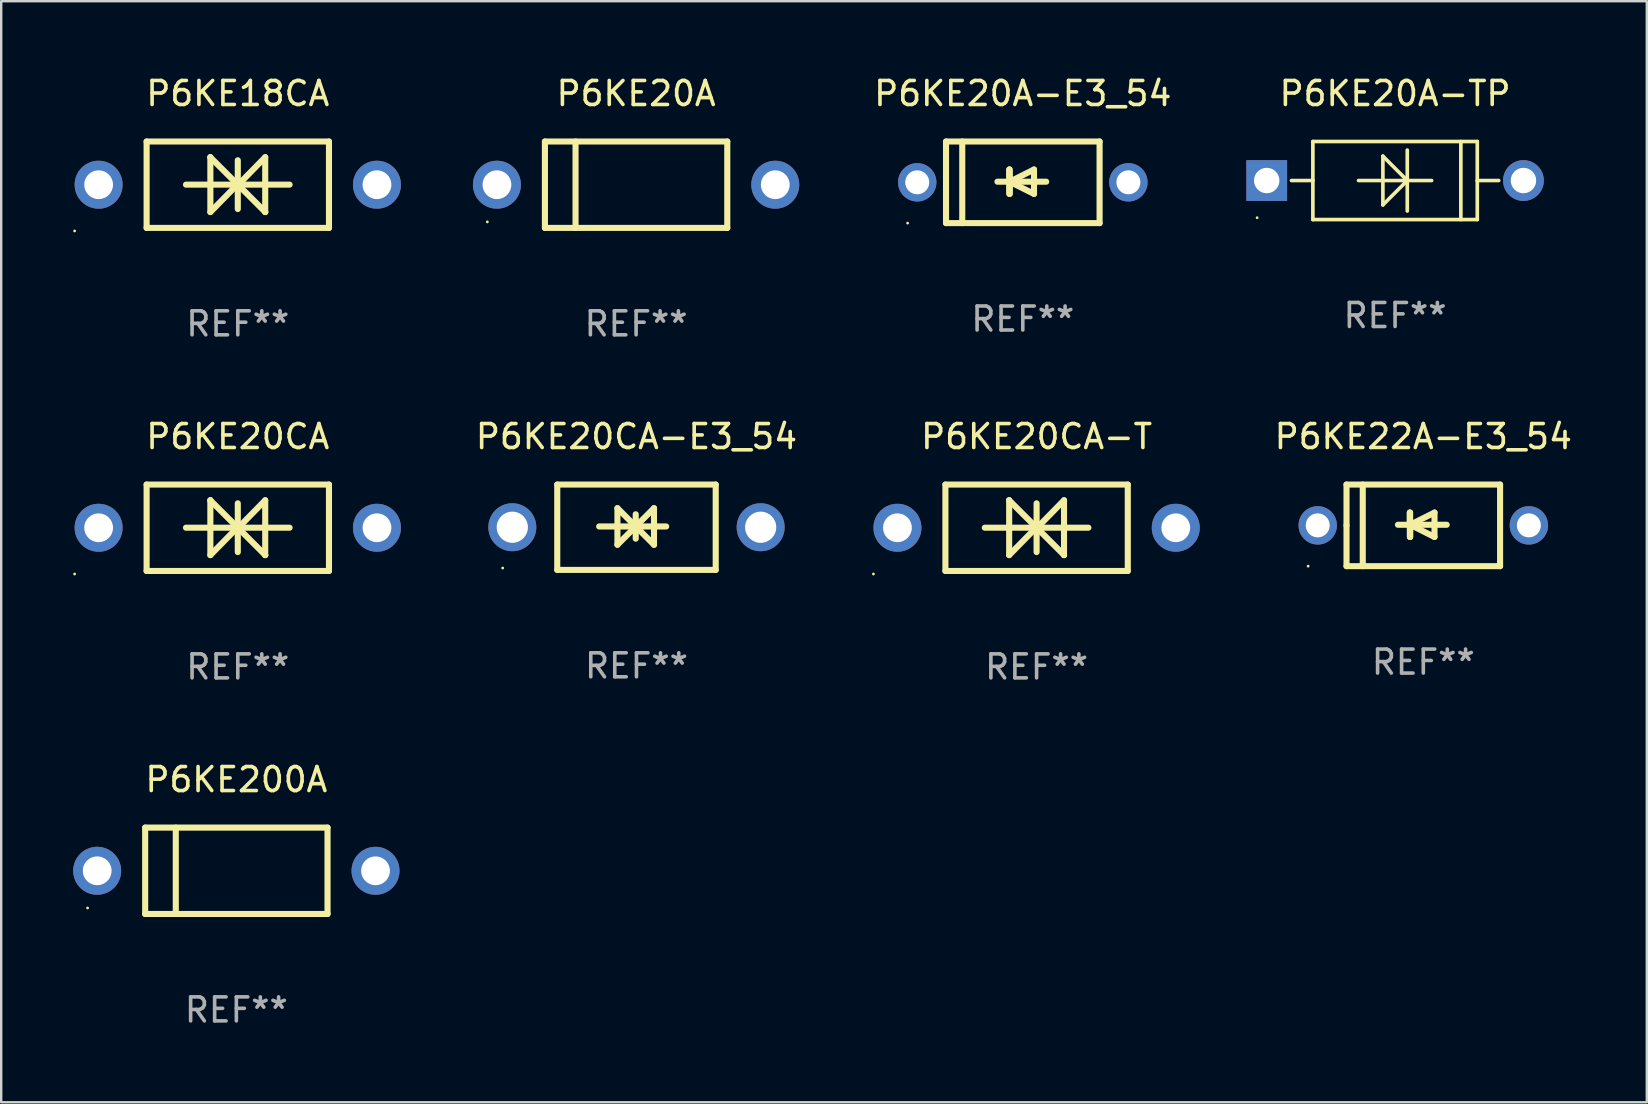
<source format=kicad_pcb>
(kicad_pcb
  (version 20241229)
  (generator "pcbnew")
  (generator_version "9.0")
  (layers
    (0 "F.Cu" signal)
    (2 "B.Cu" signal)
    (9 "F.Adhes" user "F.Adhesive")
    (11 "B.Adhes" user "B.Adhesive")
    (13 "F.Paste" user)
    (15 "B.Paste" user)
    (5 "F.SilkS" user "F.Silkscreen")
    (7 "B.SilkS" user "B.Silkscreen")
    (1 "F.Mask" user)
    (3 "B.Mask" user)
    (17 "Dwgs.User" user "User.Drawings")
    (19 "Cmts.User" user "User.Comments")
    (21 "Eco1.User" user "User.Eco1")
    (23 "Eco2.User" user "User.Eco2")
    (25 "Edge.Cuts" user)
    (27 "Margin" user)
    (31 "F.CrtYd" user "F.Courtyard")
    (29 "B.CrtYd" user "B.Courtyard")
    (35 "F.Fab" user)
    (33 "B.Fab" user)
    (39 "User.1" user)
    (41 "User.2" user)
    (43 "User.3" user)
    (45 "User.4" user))
  (footprint "P6KE20CA"
    (layer "F.Cu")
    (at 6.86 18.945)
    (property "Reference" "P6KE20CA" (at 0 -3.8 0) (layer "F.SilkS") (effects (font (size 1 1) (thickness 0.15))))
    (attr through_hole)
    (fp_line (start -3.8 -1.8) (end -3.8 1.8) (stroke (width 0.254) (type solid)) (layer "F.SilkS"))
    (fp_line (start -3.8 -1.8) (end 3.8 -1.8) (stroke (width 0.254) (type solid)) (layer "F.SilkS"))
    (fp_line (start -3.8 1.8) (end 3.8 1.8) (stroke (width 0.254) (type solid)) (layer "F.SilkS"))
    (fp_line (start -2.159 -0.003) (end 2.159 -0.003) (stroke (width 0.254) (type solid)) (layer "F.SilkS"))
    (fp_line (start -1.143 -1.146) (end -1.143 1.14) (stroke (width 0.254) (type solid)) (layer "F.SilkS"))
    (fp_line (start -1.143 -1.143) (end -1.143 -1.146) (stroke (width 0.254) (type solid)) (layer "F.SilkS"))
    (fp_line (start 0 -1.019) (end 0 1.013) (stroke (width 0.254) (type solid)) (layer "F.SilkS"))
    (fp_line (start 0 -0.026) (end -1.143 1.14) (stroke (width 0.254) (type solid)) (layer "F.SilkS"))
    (fp_line (start 0 -0.006) (end 1.143 1.137) (stroke (width 0.254) (type solid)) (layer "F.SilkS"))
    (fp_line (start 0 0) (end -1.143 -1.143) (stroke (width 0.254) (type solid)) (layer "F.SilkS"))
    (fp_line (start 0 0.02) (end 1.143 -1.146) (stroke (width 0.254) (type solid)) (layer "F.SilkS"))
    (fp_line (start 1.143 1.137) (end 1.143 1.14) (stroke (width 0.254) (type solid)) (layer "F.SilkS"))
    (fp_line (start 1.143 1.14) (end 1.143 -1.146) (stroke (width 0.254) (type solid)) (layer "F.SilkS"))
    (fp_line (start 3.8 -1.8) (end 3.8 1.8) (stroke (width 0.254) (type solid)) (layer "F.SilkS"))
    (fp_circle (center -6.8 1.927) (end -6.77 1.927) (stroke (width 0.06) (type solid)) (fill no) (layer "F.SilkS"))
    (fp_text user "REF**" (at 0 5.8 0) (layer "F.Fab") (effects (font (size 1 1) (thickness 0.15))))
    (pad "1" thru_hole circle (at -5.8 0) (size 2 2) (drill 1.2) (layers "*.Cu" "*.Mask"))
    (pad "2" thru_hole circle (at 5.8 0) (size 2 2) (drill 1.2) (layers "*.Cu" "*.Mask")))
  (footprint "P6KE22A-E3_54"
    (layer "F.Cu")
    (at 56.267 18.845)
    (property "Reference" "P6KE22A-E3_54" (at 0 -3.7 0) (layer "F.SilkS") (effects (font (size 1 1) (thickness 0.15))))
    (attr through_hole)
    (fp_line (start -3.2 -1.7) (end 3.2 -1.7) (stroke (width 0.254) (type solid)) (layer "F.SilkS"))
    (fp_line (start -3.2 0) (end -3.2 -1.7) (stroke (width 0.254) (type solid)) (layer "F.SilkS"))
    (fp_line (start -3.2 1.7) (end -3.2 0) (stroke (width 0.254) (type solid)) (layer "F.SilkS"))
    (fp_line (start -2.523 -1.7) (end -2.523 1.7) (stroke (width 0.254) (type solid)) (layer "F.SilkS"))
    (fp_line (start -0.561 -0.533) (end -0.561 0.483) (stroke (width 0.254) (type solid)) (layer "F.SilkS"))
    (fp_line (start -0.561 -0.025) (end -0.561 -0.533) (stroke (width 0.254) (type solid)) (layer "F.SilkS"))
    (fp_line (start -0.549 -0.025) (end -0.549 0.483) (stroke (width 0.254) (type solid)) (layer "F.SilkS"))
    (fp_line (start -0.549 -0.025) (end 0.467 0.483) (stroke (width 0.254) (type solid)) (layer "F.SilkS"))
    (fp_line (start -0.549 0.483) (end -0.549 -0.533) (stroke (width 0.254) (type solid)) (layer "F.SilkS"))
    (fp_line (start 0.467 -0.533) (end -0.549 -0.025) (stroke (width 0.254) (type solid)) (layer "F.SilkS"))
    (fp_line (start 0.467 0.483) (end 0.467 -0.533) (stroke (width 0.254) (type solid)) (layer "F.SilkS"))
    (fp_line (start 0.975 -0.025) (end -1.057 -0.025) (stroke (width 0.254) (type solid)) (layer "F.SilkS"))
    (fp_line (start 3.2 -1.7) (end 3.2 1.7) (stroke (width 0.254) (type solid)) (layer "F.SilkS"))
    (fp_line (start 3.2 1.7) (end -3.2 1.7) (stroke (width 0.254) (type solid)) (layer "F.SilkS"))
    (fp_circle (center -4.8 1.7) (end -4.77 1.7) (stroke (width 0.06) (type solid)) (fill no) (layer "F.SilkS"))
    (fp_text user "REF**" (at 0 5.7 0) (layer "F.Fab") (effects (font (size 1 1) (thickness 0.15))))
    (pad "1" thru_hole circle (at -4.4 0) (size 1.6 1.6) (drill 1) (layers "*.Cu" "*.Mask"))
    (pad "2" thru_hole circle (at 4.4 0) (size 1.6 1.6) (drill 1) (layers "*.Cu" "*.Mask")))
  (footprint "P6KE20A-E3_54"
    (layer "F.Cu")
    (at 39.576 4.548)
    (property "Reference" "P6KE20A-E3_54" (at 0 -3.7 0) (layer "F.SilkS") (effects (font (size 1 1) (thickness 0.15))))
    (attr through_hole)
    (fp_line (start -3.2 -1.7) (end 3.2 -1.7) (stroke (width 0.254) (type solid)) (layer "F.SilkS"))
    (fp_line (start -3.2 0) (end -3.2 -1.7) (stroke (width 0.254) (type solid)) (layer "F.SilkS"))
    (fp_line (start -3.2 1.7) (end -3.2 0) (stroke (width 0.254) (type solid)) (layer "F.SilkS"))
    (fp_line (start -2.523 -1.7) (end -2.523 1.7) (stroke (width 0.254) (type solid)) (layer "F.SilkS"))
    (fp_line (start -0.561 -0.533) (end -0.561 0.483) (stroke (width 0.254) (type solid)) (layer "F.SilkS"))
    (fp_line (start -0.561 -0.025) (end -0.561 -0.533) (stroke (width 0.254) (type solid)) (layer "F.SilkS"))
    (fp_line (start -0.549 -0.025) (end -0.549 0.483) (stroke (width 0.254) (type solid)) (layer "F.SilkS"))
    (fp_line (start -0.549 -0.025) (end 0.467 0.483) (stroke (width 0.254) (type solid)) (layer "F.SilkS"))
    (fp_line (start -0.549 0.483) (end -0.549 -0.533) (stroke (width 0.254) (type solid)) (layer "F.SilkS"))
    (fp_line (start 0.467 -0.533) (end -0.549 -0.025) (stroke (width 0.254) (type solid)) (layer "F.SilkS"))
    (fp_line (start 0.467 0.483) (end 0.467 -0.533) (stroke (width 0.254) (type solid)) (layer "F.SilkS"))
    (fp_line (start 0.975 -0.025) (end -1.057 -0.025) (stroke (width 0.254) (type solid)) (layer "F.SilkS"))
    (fp_line (start 3.2 -1.7) (end 3.2 1.7) (stroke (width 0.254) (type solid)) (layer "F.SilkS"))
    (fp_line (start 3.2 1.7) (end -3.2 1.7) (stroke (width 0.254) (type solid)) (layer "F.SilkS"))
    (fp_circle (center -4.8 1.7) (end -4.77 1.7) (stroke (width 0.06) (type solid)) (fill no) (layer "F.SilkS"))
    (fp_text user "REF**" (at 0 5.7 0) (layer "F.Fab") (effects (font (size 1 1) (thickness 0.15))))
    (pad "1" thru_hole circle (at -4.4 0) (size 1.6 1.6) (drill 1) (layers "*.Cu" "*.Mask"))
    (pad "2" thru_hole circle (at 4.4 0) (size 1.6 1.6) (drill 1) (layers "*.Cu" "*.Mask")))
  (footprint "P6KE200A"
    (layer "F.Cu")
    (at 6.8 33.241)
    (property "Reference" "P6KE200A" (at 0 -3.8 0) (layer "F.SilkS") (effects (font (size 1 1) (thickness 0.15))))
    (attr through_hole)
    (fp_line (start -3.8 -1.8) (end -3.8 1.8) (stroke (width 0.254) (type solid)) (layer "F.SilkS"))
    (fp_line (start -3.8 -1.8) (end 3.8 -1.8) (stroke (width 0.254) (type solid)) (layer "F.SilkS"))
    (fp_line (start -3.8 1.8) (end 3.8 1.8) (stroke (width 0.254) (type solid)) (layer "F.SilkS"))
    (fp_line (start -2.524 -1.8) (end -2.524 1.8) (stroke (width 0.254) (type solid)) (layer "F.SilkS"))
    (fp_line (start 3.8 -1.8) (end 3.8 1.8) (stroke (width 0.254) (type solid)) (layer "F.SilkS"))
    (fp_circle (center -6.2 1.55) (end -6.17 1.55) (stroke (width 0.06) (type solid)) (fill no) (layer "F.SilkS"))
    (fp_text user "REF**" (at 0 5.8 0) (layer "F.Fab") (effects (font (size 1 1) (thickness 0.15))))
    (pad "1" thru_hole circle (at -5.8 0) (size 2 2) (drill 1.2) (layers "*.Cu" "*.Mask"))
    (pad "2" thru_hole circle (at 5.8 0) (size 2 2) (drill 1.2) (layers "*.Cu" "*.Mask")))
  (footprint "P6KE18CA"
    (layer "F.Cu")
    (at 6.86 4.648)
    (property "Reference" "P6KE18CA" (at 0 -3.8 0) (layer "F.SilkS") (effects (font (size 1 1) (thickness 0.15))))
    (attr through_hole)
    (fp_line (start -3.8 -1.8) (end -3.8 1.8) (stroke (width 0.254) (type solid)) (layer "F.SilkS"))
    (fp_line (start -3.8 -1.8) (end 3.8 -1.8) (stroke (width 0.254) (type solid)) (layer "F.SilkS"))
    (fp_line (start -3.8 1.8) (end 3.8 1.8) (stroke (width 0.254) (type solid)) (layer "F.SilkS"))
    (fp_line (start -2.159 -0.003) (end 2.159 -0.003) (stroke (width 0.254) (type solid)) (layer "F.SilkS"))
    (fp_line (start -1.143 -1.146) (end -1.143 1.14) (stroke (width 0.254) (type solid)) (layer "F.SilkS"))
    (fp_line (start -1.143 -1.143) (end -1.143 -1.146) (stroke (width 0.254) (type solid)) (layer "F.SilkS"))
    (fp_line (start 0 -1.019) (end 0 1.013) (stroke (width 0.254) (type solid)) (layer "F.SilkS"))
    (fp_line (start 0 -0.026) (end -1.143 1.14) (stroke (width 0.254) (type solid)) (layer "F.SilkS"))
    (fp_line (start 0 -0.006) (end 1.143 1.137) (stroke (width 0.254) (type solid)) (layer "F.SilkS"))
    (fp_line (start 0 0) (end -1.143 -1.143) (stroke (width 0.254) (type solid)) (layer "F.SilkS"))
    (fp_line (start 0 0.02) (end 1.143 -1.146) (stroke (width 0.254) (type solid)) (layer "F.SilkS"))
    (fp_line (start 1.143 1.137) (end 1.143 1.14) (stroke (width 0.254) (type solid)) (layer "F.SilkS"))
    (fp_line (start 1.143 1.14) (end 1.143 -1.146) (stroke (width 0.254) (type solid)) (layer "F.SilkS"))
    (fp_line (start 3.8 -1.8) (end 3.8 1.8) (stroke (width 0.254) (type solid)) (layer "F.SilkS"))
    (fp_circle (center -6.8 1.927) (end -6.77 1.927) (stroke (width 0.06) (type solid)) (fill no) (layer "F.SilkS"))
    (fp_text user "REF**" (at 0 5.8 0) (layer "F.Fab") (effects (font (size 1 1) (thickness 0.15))))
    (pad "1" thru_hole circle (at -5.8 0) (size 2 2) (drill 1.2) (layers "*.Cu" "*.Mask"))
    (pad "2" thru_hole circle (at 5.8 0) (size 2 2) (drill 1.2) (layers "*.Cu" "*.Mask")))
  (footprint "P6KE20A-TP"
    (layer "F.Cu")
    (at 55.091 4.474)
    (property "Reference" "P6KE20A-TP" (at 0 -3.626 0) (layer "F.SilkS") (effects (font (size 1 1) (thickness 0.15))))
    (attr through_hole)
    (fp_line (start -3.436 0) (end -4.318 0) (stroke (width 0.152) (type solid)) (layer "F.SilkS"))
    (fp_line (start -3.426 -0.01) (end -3.436 0) (stroke (width 0.152) (type solid)) (layer "F.SilkS"))
    (fp_line (start -3.426 -1.626) (end 3.426 -1.626) (stroke (width 0.152) (type solid)) (layer "F.SilkS"))
    (fp_line (start -3.426 1.626) (end -3.426 -1.626) (stroke (width 0.152) (type solid)) (layer "F.SilkS"))
    (fp_line (start -0.508 -1.016) (end 0.508 0) (stroke (width 0.152) (type solid)) (layer "F.SilkS"))
    (fp_line (start -0.508 1.016) (end -0.508 -1.016) (stroke (width 0.152) (type solid)) (layer "F.SilkS"))
    (fp_line (start 0.508 0) (end -0.508 1.016) (stroke (width 0.152) (type solid)) (layer "F.SilkS"))
    (fp_line (start 0.508 1.27) (end 0.508 -1.27) (stroke (width 0.152) (type solid)) (layer "F.SilkS"))
    (fp_line (start 1.524 0) (end -1.524 0) (stroke (width 0.152) (type solid)) (layer "F.SilkS"))
    (fp_line (start 2.741 1.626) (end 2.741 -1.626) (stroke (width 0.152) (type solid)) (layer "F.SilkS"))
    (fp_line (start 3.426 -1.626) (end 3.426 1.626) (stroke (width 0.152) (type solid)) (layer "F.SilkS"))
    (fp_line (start 3.426 0.01) (end 3.436 0) (stroke (width 0.152) (type solid)) (layer "F.SilkS"))
    (fp_line (start 3.426 1.626) (end -3.426 1.626) (stroke (width 0.152) (type solid)) (layer "F.SilkS"))
    (fp_line (start 3.436 0) (end 4.318 0) (stroke (width 0.152) (type solid)) (layer "F.SilkS"))
    (fp_circle (center -5.75 1.55) (end -5.72 1.55) (stroke (width 0.06) (type solid)) (fill no) (layer "F.SilkS"))
    (fp_text user "REF**" (at 0 5.626 0) (layer "F.Fab") (effects (font (size 1 1) (thickness 0.15))))
    (pad "1" thru_hole rect (at -5.35 0) (size 1.7 1.7) (drill 1.06) (layers "*.Cu" "*.Mask"))
    (pad "2" thru_hole circle (at 5.35 0) (size 1.7 1.7) (drill 1.06) (layers "*.Cu" "*.Mask")))
  (footprint "P6KE20A"
    (layer "F.Cu")
    (at 23.46 4.648)
    (property "Reference" "P6KE20A" (at 0 -3.8 0) (layer "F.SilkS") (effects (font (size 1 1) (thickness 0.15))))
    (attr through_hole)
    (fp_line (start -3.8 -1.8) (end -3.8 1.8) (stroke (width 0.254) (type solid)) (layer "F.SilkS"))
    (fp_line (start -3.8 -1.8) (end 3.8 -1.8) (stroke (width 0.254) (type solid)) (layer "F.SilkS"))
    (fp_line (start -3.8 1.8) (end 3.8 1.8) (stroke (width 0.254) (type solid)) (layer "F.SilkS"))
    (fp_line (start -2.524 -1.8) (end -2.524 1.8) (stroke (width 0.254) (type solid)) (layer "F.SilkS"))
    (fp_line (start 3.8 -1.8) (end 3.8 1.8) (stroke (width 0.254) (type solid)) (layer "F.SilkS"))
    (fp_circle (center -6.2 1.55) (end -6.17 1.55) (stroke (width 0.06) (type solid)) (fill no) (layer "F.SilkS"))
    (fp_text user "REF**" (at 0 5.8 0) (layer "F.Fab") (effects (font (size 1 1) (thickness 0.15))))
    (pad "1" thru_hole circle (at -5.8 0) (size 2 2) (drill 1.2) (layers "*.Cu" "*.Mask"))
    (pad "2" thru_hole circle (at 5.8 0) (size 2 2) (drill 1.2) (layers "*.Cu" "*.Mask")))
  (footprint "P6KE20CA-T"
    (layer "F.Cu")
    (at 40.151 18.945)
    (property "Reference" "P6KE20CA-T" (at 0 -3.8 0) (layer "F.SilkS") (effects (font (size 1 1) (thickness 0.15))))
    (attr through_hole)
    (fp_line (start -3.8 -1.8) (end -3.8 1.8) (stroke (width 0.254) (type solid)) (layer "F.SilkS"))
    (fp_line (start -3.8 -1.8) (end 3.8 -1.8) (stroke (width 0.254) (type solid)) (layer "F.SilkS"))
    (fp_line (start -3.8 1.8) (end 3.8 1.8) (stroke (width 0.254) (type solid)) (layer "F.SilkS"))
    (fp_line (start -2.159 -0.003) (end 2.159 -0.003) (stroke (width 0.254) (type solid)) (layer "F.SilkS"))
    (fp_line (start -1.143 -1.146) (end -1.143 1.14) (stroke (width 0.254) (type solid)) (layer "F.SilkS"))
    (fp_line (start -1.143 -1.143) (end -1.143 -1.146) (stroke (width 0.254) (type solid)) (layer "F.SilkS"))
    (fp_line (start 0 -1.019) (end 0 1.013) (stroke (width 0.254) (type solid)) (layer "F.SilkS"))
    (fp_line (start 0 -0.026) (end -1.143 1.14) (stroke (width 0.254) (type solid)) (layer "F.SilkS"))
    (fp_line (start 0 -0.006) (end 1.143 1.137) (stroke (width 0.254) (type solid)) (layer "F.SilkS"))
    (fp_line (start 0 0) (end -1.143 -1.143) (stroke (width 0.254) (type solid)) (layer "F.SilkS"))
    (fp_line (start 0 0.02) (end 1.143 -1.146) (stroke (width 0.254) (type solid)) (layer "F.SilkS"))
    (fp_line (start 1.143 1.137) (end 1.143 1.14) (stroke (width 0.254) (type solid)) (layer "F.SilkS"))
    (fp_line (start 1.143 1.14) (end 1.143 -1.146) (stroke (width 0.254) (type solid)) (layer "F.SilkS"))
    (fp_line (start 3.8 -1.8) (end 3.8 1.8) (stroke (width 0.254) (type solid)) (layer "F.SilkS"))
    (fp_circle (center -6.8 1.927) (end -6.77 1.927) (stroke (width 0.06) (type solid)) (fill no) (layer "F.SilkS"))
    (fp_text user "REF**" (at 0 5.8 0) (layer "F.Fab") (effects (font (size 1 1) (thickness 0.15))))
    (pad "1" thru_hole circle (at -5.8 0) (size 2 2) (drill 1.2) (layers "*.Cu" "*.Mask"))
    (pad "2" thru_hole circle (at 5.8 0) (size 2 2) (drill 1.2) (layers "*.Cu" "*.Mask")))
  (footprint "P6KE20CA-E3_54"
    (layer "F.Cu")
    (at 23.476 18.923)
    (property "Reference" "P6KE20CA-E3_54" (at 0 -3.778 0) (layer "F.SilkS") (effects (font (size 1 1) (thickness 0.15))))
    (attr through_hole)
    (fp_line (start -3.302 -1.778) (end -3.302 1.778) (stroke (width 0.254) (type solid)) (layer "F.SilkS"))
    (fp_line (start -3.302 1.778) (end 3.302 1.778) (stroke (width 0.254) (type solid)) (layer "F.SilkS"))
    (fp_line (start -1.556 -0.032) (end 1.238 -0.032) (stroke (width 0.254) (type solid)) (layer "F.SilkS"))
    (fp_line (start -0.794 -0.794) (end 0.73 0.73) (stroke (width 0.254) (type solid)) (layer "F.SilkS"))
    (fp_line (start -0.794 0.73) (end -0.794 -0.794) (stroke (width 0.254) (type solid)) (layer "F.SilkS"))
    (fp_line (start -0.032 -0.54) (end -0.032 0.476) (stroke (width 0.254) (type solid)) (layer "F.SilkS"))
    (fp_line (start 0.73 -0.794) (end -0.794 0.73) (stroke (width 0.254) (type solid)) (layer "F.SilkS"))
    (fp_line (start 0.73 0.73) (end 0.73 -0.794) (stroke (width 0.254) (type solid)) (layer "F.SilkS"))
    (fp_line (start 3.302 -1.778) (end -3.302 -1.778) (stroke (width 0.254) (type solid)) (layer "F.SilkS"))
    (fp_line (start 3.302 1.778) (end 3.302 -1.778) (stroke (width 0.254) (type solid)) (layer "F.SilkS"))
    (fp_circle (center -5.576 1.7) (end -5.546 1.7) (stroke (width 0.06) (type solid)) (fill no) (layer "F.SilkS"))
    (fp_text user "REF**" (at 0 5.778 0) (layer "F.Fab") (effects (font (size 1 1) (thickness 0.15))))
    (pad "1" thru_hole circle (at -5.175 0) (size 2 2) (drill 1.3) (layers "*.Cu" "*.Mask"))
    (pad "2" thru_hole circle (at 5.175 0) (size 2 2) (drill 1.3) (layers "*.Cu" "*.Mask")))
  (gr_rect
    (start -3 -3)
    (end 65.582 42.889)
    (stroke (width 0.1) (type default))
    (fill no)
    (layer "Edge.Cuts")))
</source>
